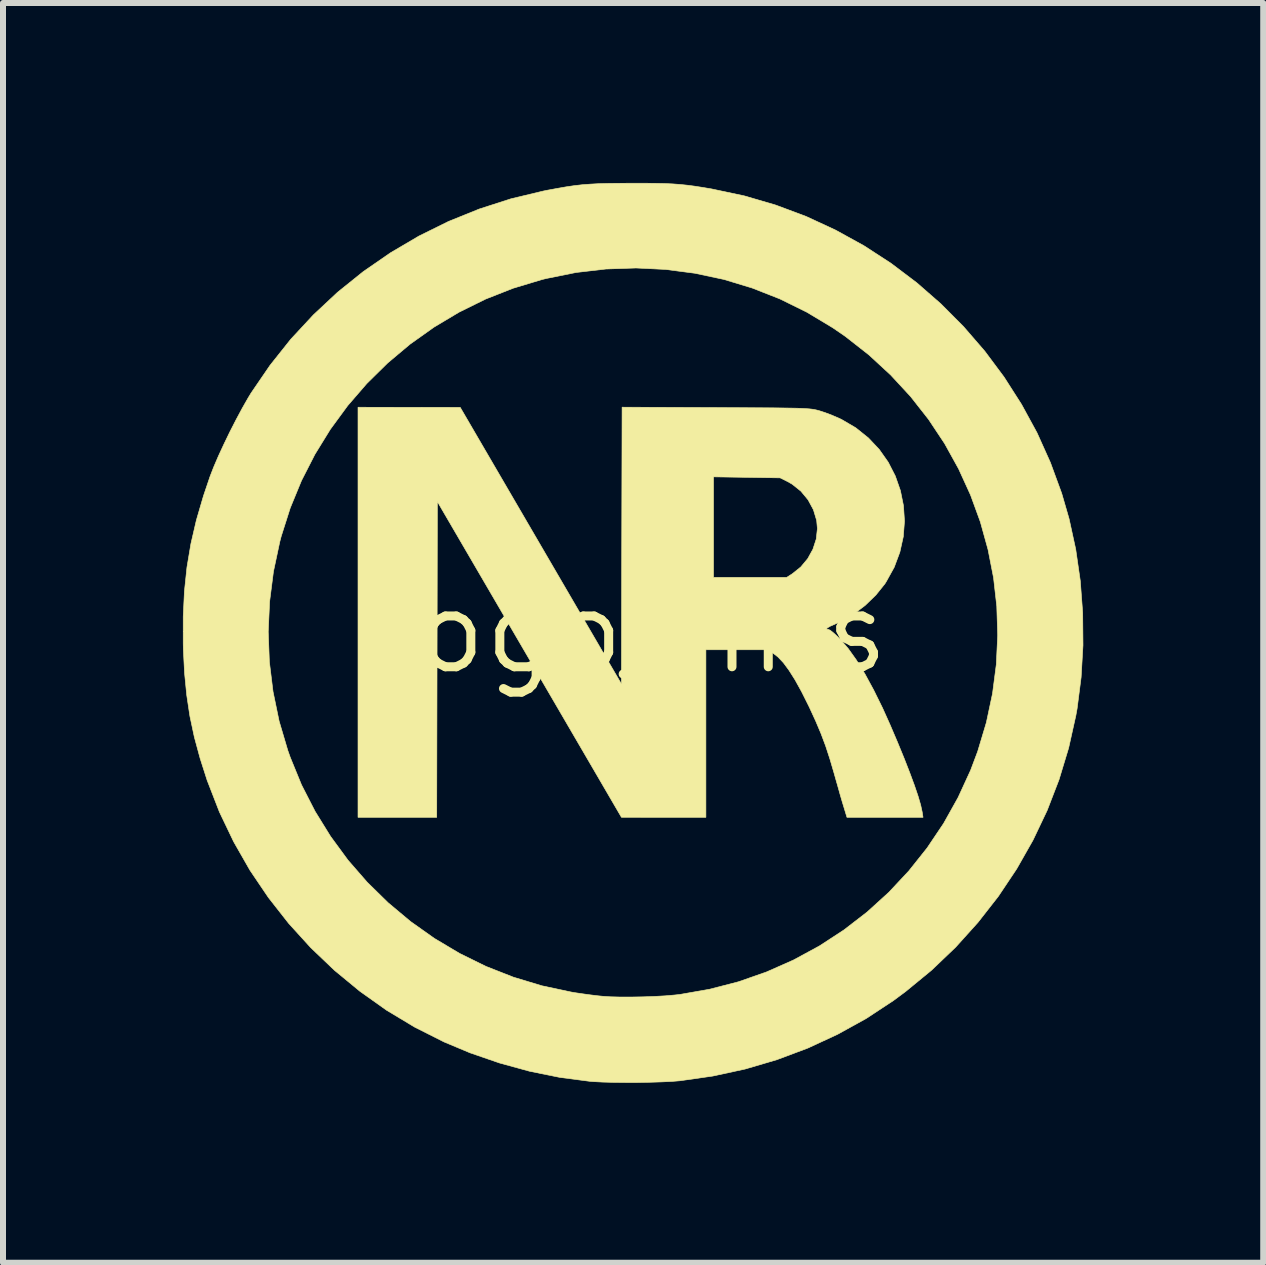
<source format=kicad_pcb>
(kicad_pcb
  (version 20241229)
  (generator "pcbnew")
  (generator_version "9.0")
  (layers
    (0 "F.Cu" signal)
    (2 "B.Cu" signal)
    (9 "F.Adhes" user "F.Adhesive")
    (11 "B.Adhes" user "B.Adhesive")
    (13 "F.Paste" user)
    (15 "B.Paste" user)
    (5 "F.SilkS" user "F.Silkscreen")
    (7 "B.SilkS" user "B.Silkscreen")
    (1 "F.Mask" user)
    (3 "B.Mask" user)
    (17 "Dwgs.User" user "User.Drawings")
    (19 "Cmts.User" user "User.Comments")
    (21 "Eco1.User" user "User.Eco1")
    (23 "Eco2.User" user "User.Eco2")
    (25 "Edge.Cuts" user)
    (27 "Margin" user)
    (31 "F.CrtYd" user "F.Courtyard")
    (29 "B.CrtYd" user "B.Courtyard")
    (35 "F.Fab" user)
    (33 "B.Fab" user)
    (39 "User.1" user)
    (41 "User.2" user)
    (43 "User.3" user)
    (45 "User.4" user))
  (footprint "logo_nils"
    (layer "F.Cu")
    (at 7.491 7.487)
    (property "Reference" "logo_nils" (at 0 0 0) (layer "F.SilkS") (effects (font (size 1.27 1.27) (thickness 0.15))))
    (attr through_hole)
    (fp_poly (pts (xy 1.392 -3.742) (xy 1.686 -3.74) (xy 1.942 -3.739) (xy 2.161 -3.738) (xy 2.347 -3.737) (xy 2.504 -3.735) (xy 2.634 -3.733) (xy 2.741 -3.731) (xy 2.828 -3.728) (xy 2.898 -3.724) (xy 2.953 -3.72) (xy 2.998 -3.715) (xy 3.036 -3.709) (xy 3.069 -3.702) (xy 3.101 -3.694) (xy 3.122 -3.688) (xy 3.22 -3.656) (xy 3.335 -3.612) (xy 3.448 -3.563) (xy 3.487 -3.545) (xy 3.726 -3.405) (xy 3.937 -3.236) (xy 4.118 -3.044) (xy 4.268 -2.831) (xy 4.386 -2.601) (xy 4.471 -2.358) (xy 4.522 -2.106) (xy 4.539 -1.848) (xy 4.519 -1.589) (xy 4.462 -1.332) (xy 4.368 -1.08) (xy 4.234 -0.838) (xy 4.212 -0.803) (xy 4.062 -0.616) (xy 3.883 -0.443) (xy 3.683 -0.292) (xy 3.472 -0.172) (xy 3.386 -0.134) (xy 3.3 -0.096) (xy 3.251 -0.067) (xy 3.24 -0.049) (xy 3.269 -0.042) (xy 3.273 -0.042) (xy 3.302 -0.028) (xy 3.351 0.011) (xy 3.415 0.069) (xy 3.469 0.123) (xy 3.6 0.275) (xy 3.737 0.467) (xy 3.879 0.698) (xy 4.024 0.965) (xy 4.173 1.267) (xy 4.298 1.545) (xy 4.423 1.838) (xy 4.533 2.106) (xy 4.627 2.347) (xy 4.705 2.558) (xy 4.766 2.738) (xy 4.809 2.885) (xy 4.833 2.996) (xy 4.834 3) (xy 4.848 3.09) (xy 3.58 3.09) (xy 3.527 2.916) (xy 3.503 2.837) (xy 3.471 2.728) (xy 3.435 2.599) (xy 3.396 2.463) (xy 3.367 2.36) (xy 3.295 2.115) (xy 3.224 1.898) (xy 3.147 1.693) (xy 3.059 1.485) (xy 2.955 1.259) (xy 2.942 1.232) (xy 2.824 0.996) (xy 2.715 0.799) (xy 2.614 0.639) (xy 2.52 0.512) (xy 2.43 0.417) (xy 2.353 0.357) (xy 2.257 0.296) (xy 1.228 0.296) (xy 1.228 3.09) (xy 0.524 3.09) (xy -0.18 3.089) (xy -1.714 0.458) (xy -3.249 -2.174) (xy -3.26 3.09) (xy -4.572 3.09) (xy -4.572 -3.747) (xy -2.868 -3.745) (xy -1.524 -1.439) (xy -0.18 0.867) (xy -0.176 -0.91) (xy 1.355 -0.91) (xy 2.574 -0.91) (xy 2.668 -0.97) (xy 2.81 -1.084) (xy 2.926 -1.223) (xy 3.013 -1.381) (xy 3.068 -1.55) (xy 3.087 -1.724) (xy 3.075 -1.859) (xy 3.021 -2.038) (xy 2.932 -2.203) (xy 2.812 -2.348) (xy 2.667 -2.464) (xy 2.59 -2.508) (xy 2.466 -2.57) (xy 1.355 -2.587) (xy 1.355 -0.91) (xy -0.176 -0.91) (xy -0.175 -1.44) (xy -0.169 -3.748) (xy 1.392 -3.742)) (stroke (width 0.01) (type solid)) (fill yes) (layer "F.SilkS"))
    (fp_poly (pts (xy 0.212 -7.482) (xy 0.39 -7.48) (xy 0.54 -7.477) (xy 0.672 -7.471) (xy 0.793 -7.462) (xy 0.911 -7.45) (xy 1.034 -7.434) (xy 1.169 -7.413) (xy 1.324 -7.387) (xy 1.333 -7.385) (xy 1.87 -7.271) (xy 2.392 -7.118) (xy 2.9 -6.928) (xy 3.39 -6.701) (xy 3.862 -6.441) (xy 4.313 -6.148) (xy 4.742 -5.824) (xy 5.146 -5.471) (xy 5.525 -5.09) (xy 5.877 -4.683) (xy 6.199 -4.251) (xy 6.49 -3.796) (xy 6.749 -3.321) (xy 6.972 -2.825) (xy 7.16 -2.312) (xy 7.283 -1.888) (xy 7.394 -1.379) (xy 7.47 -0.853) (xy 7.51 -0.318) (xy 7.515 0.221) (xy 7.484 0.755) (xy 7.417 1.278) (xy 7.396 1.394) (xy 7.276 1.933) (xy 7.116 2.461) (xy 6.918 2.974) (xy 6.682 3.47) (xy 6.41 3.949) (xy 6.104 4.407) (xy 5.764 4.842) (xy 5.393 5.254) (xy 4.99 5.639) (xy 4.557 5.995) (xy 4.352 6.147) (xy 3.899 6.445) (xy 3.423 6.708) (xy 2.926 6.938) (xy 2.411 7.131) (xy 1.881 7.287) (xy 1.341 7.404) (xy 0.796 7.482) (xy 0.659 7.493) (xy 0.489 7.501) (xy 0.297 7.507) (xy 0.092 7.511) (xy -0.115 7.511) (xy -0.314 7.509) (xy -0.495 7.504) (xy -0.649 7.496) (xy -0.709 7.491) (xy -1.206 7.426) (xy -1.709 7.324) (xy -2.212 7.186) (xy -2.705 7.016) (xy -3.137 6.835) (xy -3.627 6.588) (xy -4.096 6.306) (xy -4.542 5.989) (xy -4.964 5.641) (xy -5.36 5.263) (xy -5.728 4.858) (xy -6.066 4.427) (xy -6.373 3.973) (xy -6.645 3.497) (xy -6.882 3.002) (xy -7.081 2.489) (xy -7.086 2.477) (xy -7.205 2.105) (xy -7.301 1.751) (xy -7.375 1.403) (xy -7.428 1.051) (xy -7.464 0.683) (xy -7.484 0.289) (xy -7.486 0.191) (xy -7.486 -0.005) (xy -6.069 -0.005) (xy -6.05 0.496) (xy -5.989 0.994) (xy -5.887 1.488) (xy -5.743 1.974) (xy -5.703 2.087) (xy -5.514 2.549) (xy -5.288 2.99) (xy -5.029 3.409) (xy -4.739 3.804) (xy -4.418 4.173) (xy -4.07 4.514) (xy -3.696 4.827) (xy -3.298 5.109) (xy -2.878 5.359) (xy -2.439 5.575) (xy -1.981 5.755) (xy -1.508 5.898) (xy -1.021 6.002) (xy -0.972 6.011) (xy -0.844 6.03) (xy -0.706 6.049) (xy -0.576 6.065) (xy -0.497 6.073) (xy -0.365 6.082) (xy -0.202 6.086) (xy -0.018 6.086) (xy 0.176 6.083) (xy 0.37 6.076) (xy 0.551 6.066) (xy 0.711 6.052) (xy 0.794 6.043) (xy 1.29 5.956) (xy 1.773 5.831) (xy 2.241 5.667) (xy 2.69 5.468) (xy 3.121 5.234) (xy 3.53 4.967) (xy 3.916 4.669) (xy 4.277 4.341) (xy 4.611 3.984) (xy 4.916 3.601) (xy 5.191 3.192) (xy 5.433 2.759) (xy 5.642 2.304) (xy 5.76 1.99) (xy 5.904 1.51) (xy 6.007 1.026) (xy 6.07 0.541) (xy 6.093 0.056) (xy 6.078 -0.427) (xy 6.024 -0.904) (xy 5.932 -1.374) (xy 5.804 -1.836) (xy 5.64 -2.285) (xy 5.441 -2.721) (xy 5.208 -3.142) (xy 4.941 -3.544) (xy 4.641 -3.926) (xy 4.309 -4.285) (xy 3.946 -4.62) (xy 3.552 -4.929) (xy 3.344 -5.072) (xy 2.913 -5.331) (xy 2.465 -5.552) (xy 2.003 -5.734) (xy 1.529 -5.878) (xy 1.046 -5.981) (xy 0.555 -6.045) (xy 0.06 -6.069) (xy -0.438 -6.052) (xy -0.936 -5.994) (xy -1.432 -5.894) (xy -1.506 -5.876) (xy -1.984 -5.732) (xy -2.444 -5.551) (xy -2.886 -5.333) (xy -3.306 -5.082) (xy -3.704 -4.799) (xy -4.078 -4.485) (xy -4.425 -4.143) (xy -4.744 -3.774) (xy -5.033 -3.38) (xy -5.29 -2.963) (xy -5.514 -2.525) (xy -5.702 -2.068) (xy -5.853 -1.594) (xy -5.876 -1.506) (xy -5.982 -1.008) (xy -6.046 -0.507) (xy -6.069 -0.005) (xy -7.486 -0.005) (xy -7.486 -0.258) (xy -7.466 -0.678) (xy -7.424 -1.079) (xy -7.358 -1.472) (xy -7.267 -1.864) (xy -7.149 -2.268) (xy -7.039 -2.593) (xy -6.978 -2.75) (xy -6.9 -2.932) (xy -6.808 -3.131) (xy -6.708 -3.338) (xy -6.604 -3.541) (xy -6.501 -3.733) (xy -6.404 -3.903) (xy -6.355 -3.984) (xy -6.039 -4.446) (xy -5.693 -4.881) (xy -5.316 -5.287) (xy -4.913 -5.664) (xy -4.484 -6.009) (xy -4.031 -6.322) (xy -3.557 -6.601) (xy -3.063 -6.845) (xy -2.551 -7.052) (xy -2.024 -7.222) (xy -1.482 -7.352) (xy -1.418 -7.365) (xy -1.249 -7.396) (xy -1.101 -7.422) (xy -0.965 -7.442) (xy -0.834 -7.457) (xy -0.7 -7.467) (xy -0.555 -7.475) (xy -0.391 -7.479) (xy -0.199 -7.481) (xy 0 -7.482) (xy 0.212 -7.482)) (stroke (width 0.01) (type solid)) (fill yes) (layer "F.SilkS")))
  (gr_rect
    (start -3 -3)
    (end 18.011 18.003)
    (stroke (width 0.1) (type default))
    (fill no)
    (layer "Edge.Cuts")))
</source>
